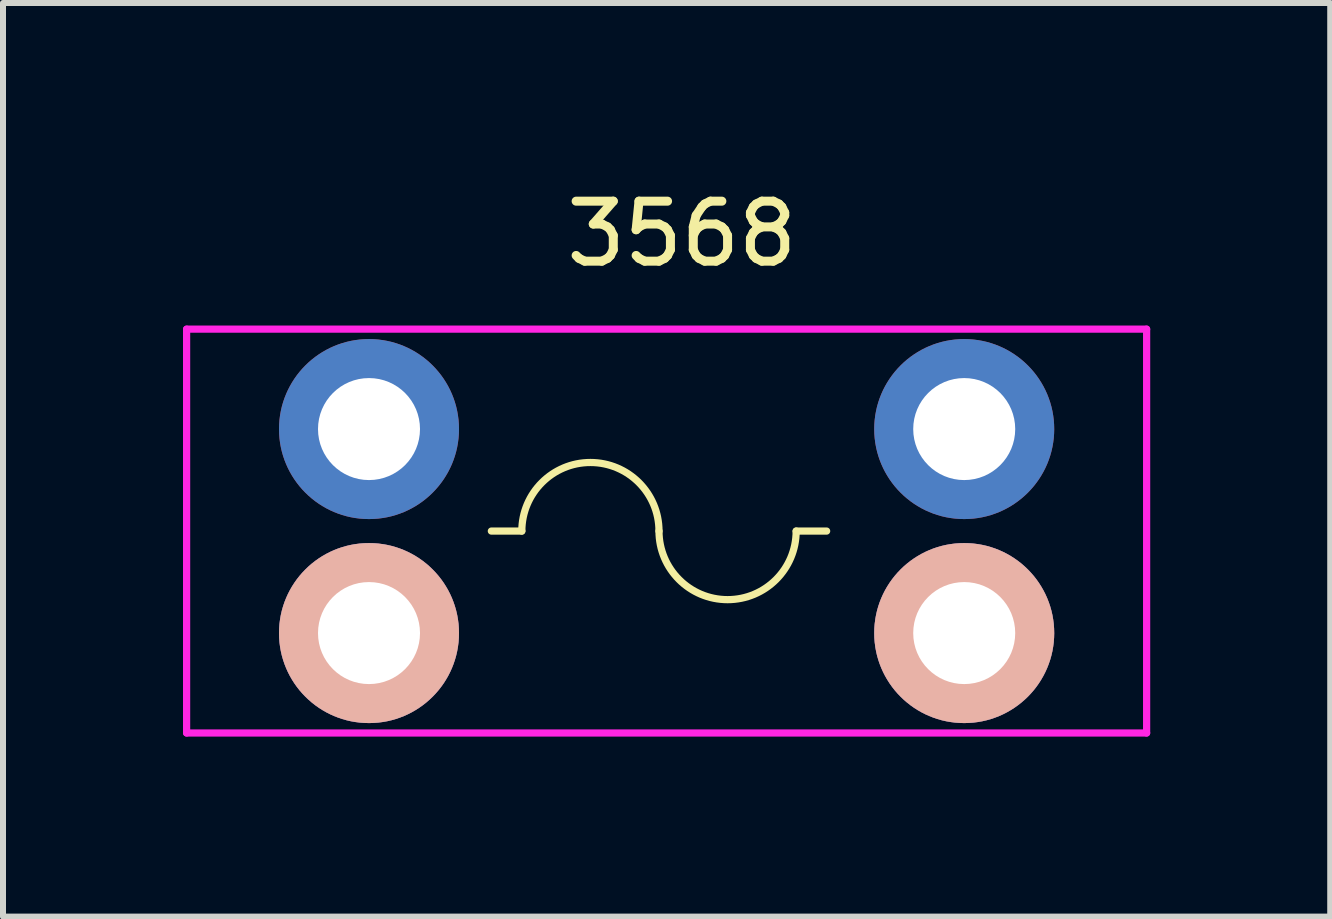
<source format=kicad_pcb>
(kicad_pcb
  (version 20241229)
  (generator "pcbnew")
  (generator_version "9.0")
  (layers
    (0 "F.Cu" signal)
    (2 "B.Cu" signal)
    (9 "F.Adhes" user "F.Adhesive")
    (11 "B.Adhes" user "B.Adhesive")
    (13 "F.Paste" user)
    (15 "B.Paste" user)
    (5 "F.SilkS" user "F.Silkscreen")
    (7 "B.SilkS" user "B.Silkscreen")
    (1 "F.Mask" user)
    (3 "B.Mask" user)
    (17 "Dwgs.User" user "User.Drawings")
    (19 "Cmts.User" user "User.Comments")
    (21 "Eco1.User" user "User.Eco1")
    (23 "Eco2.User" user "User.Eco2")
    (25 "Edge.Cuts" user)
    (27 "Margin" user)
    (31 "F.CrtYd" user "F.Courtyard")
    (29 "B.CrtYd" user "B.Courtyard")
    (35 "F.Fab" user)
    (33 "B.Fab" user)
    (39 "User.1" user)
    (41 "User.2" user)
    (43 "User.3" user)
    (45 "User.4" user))
  (footprint "3568"
    (layer "F.Cu")
    (at 8.06 5.801)
    (property "Reference" "3568" (at 0.254 -4.953 0) (layer "F.SilkS") (effects (font (size 1 1) (thickness 0.15))))
    (attr through_hole)
    (fp_line (start -2.413 0) (end -2.921 0) (stroke (width 0.12) (type solid)) (layer "F.SilkS"))
    (fp_line (start 2.159 0) (end 2.667 0) (stroke (width 0.12) (type solid)) (layer "F.SilkS"))
    (fp_arc (start -2.413 0) (mid -1.27 -1.143) (end -0.127 0) (stroke (width 0.12) (type solid)) (layer "F.SilkS"))
    (fp_arc (start 2.159 0) (mid 1.016 1.143) (end -0.127 0) (stroke (width 0.12) (type solid)) (layer "F.SilkS"))
    (fp_line (start -8 -3.365) (end -8 3.365) (stroke (width 0.12) (type solid)) (layer "F.CrtYd"))
    (fp_line (start -8 -3.365) (end 8 -3.365) (stroke (width 0.12) (type solid)) (layer "F.CrtYd"))
    (fp_line (start -8 3.365) (end 8 3.365) (stroke (width 0.12) (type solid)) (layer "F.CrtYd"))
    (fp_line (start 8 -3.365) (end 8 3.365) (stroke (width 0.12) (type solid)) (layer "F.CrtYd"))
    (pad "1" thru_hole circle (at -4.96 -1.7) (size 3 3) (drill 1.7) (layers "*.Cu" "*.Mask"))
    (pad "1" thru_hole circle (at -4.96 1.7) (size 3 3) (drill 1.7) (layers "*.Cu" "*.Mask" "B.SilkS"))
    (pad "2" thru_hole circle (at 4.96 -1.7) (size 3 3) (drill 1.7) (layers "*.Cu" "*.Mask"))
    (pad "2" thru_hole circle (at 4.96 1.7) (size 3 3) (drill 1.7) (layers "*.Cu" "*.Mask" "B.SilkS")))
  (gr_rect
    (start -3 -3)
    (end 19.12 12.226)
    (stroke (width 0.1) (type default))
    (fill no)
    (layer "Edge.Cuts")))
</source>
